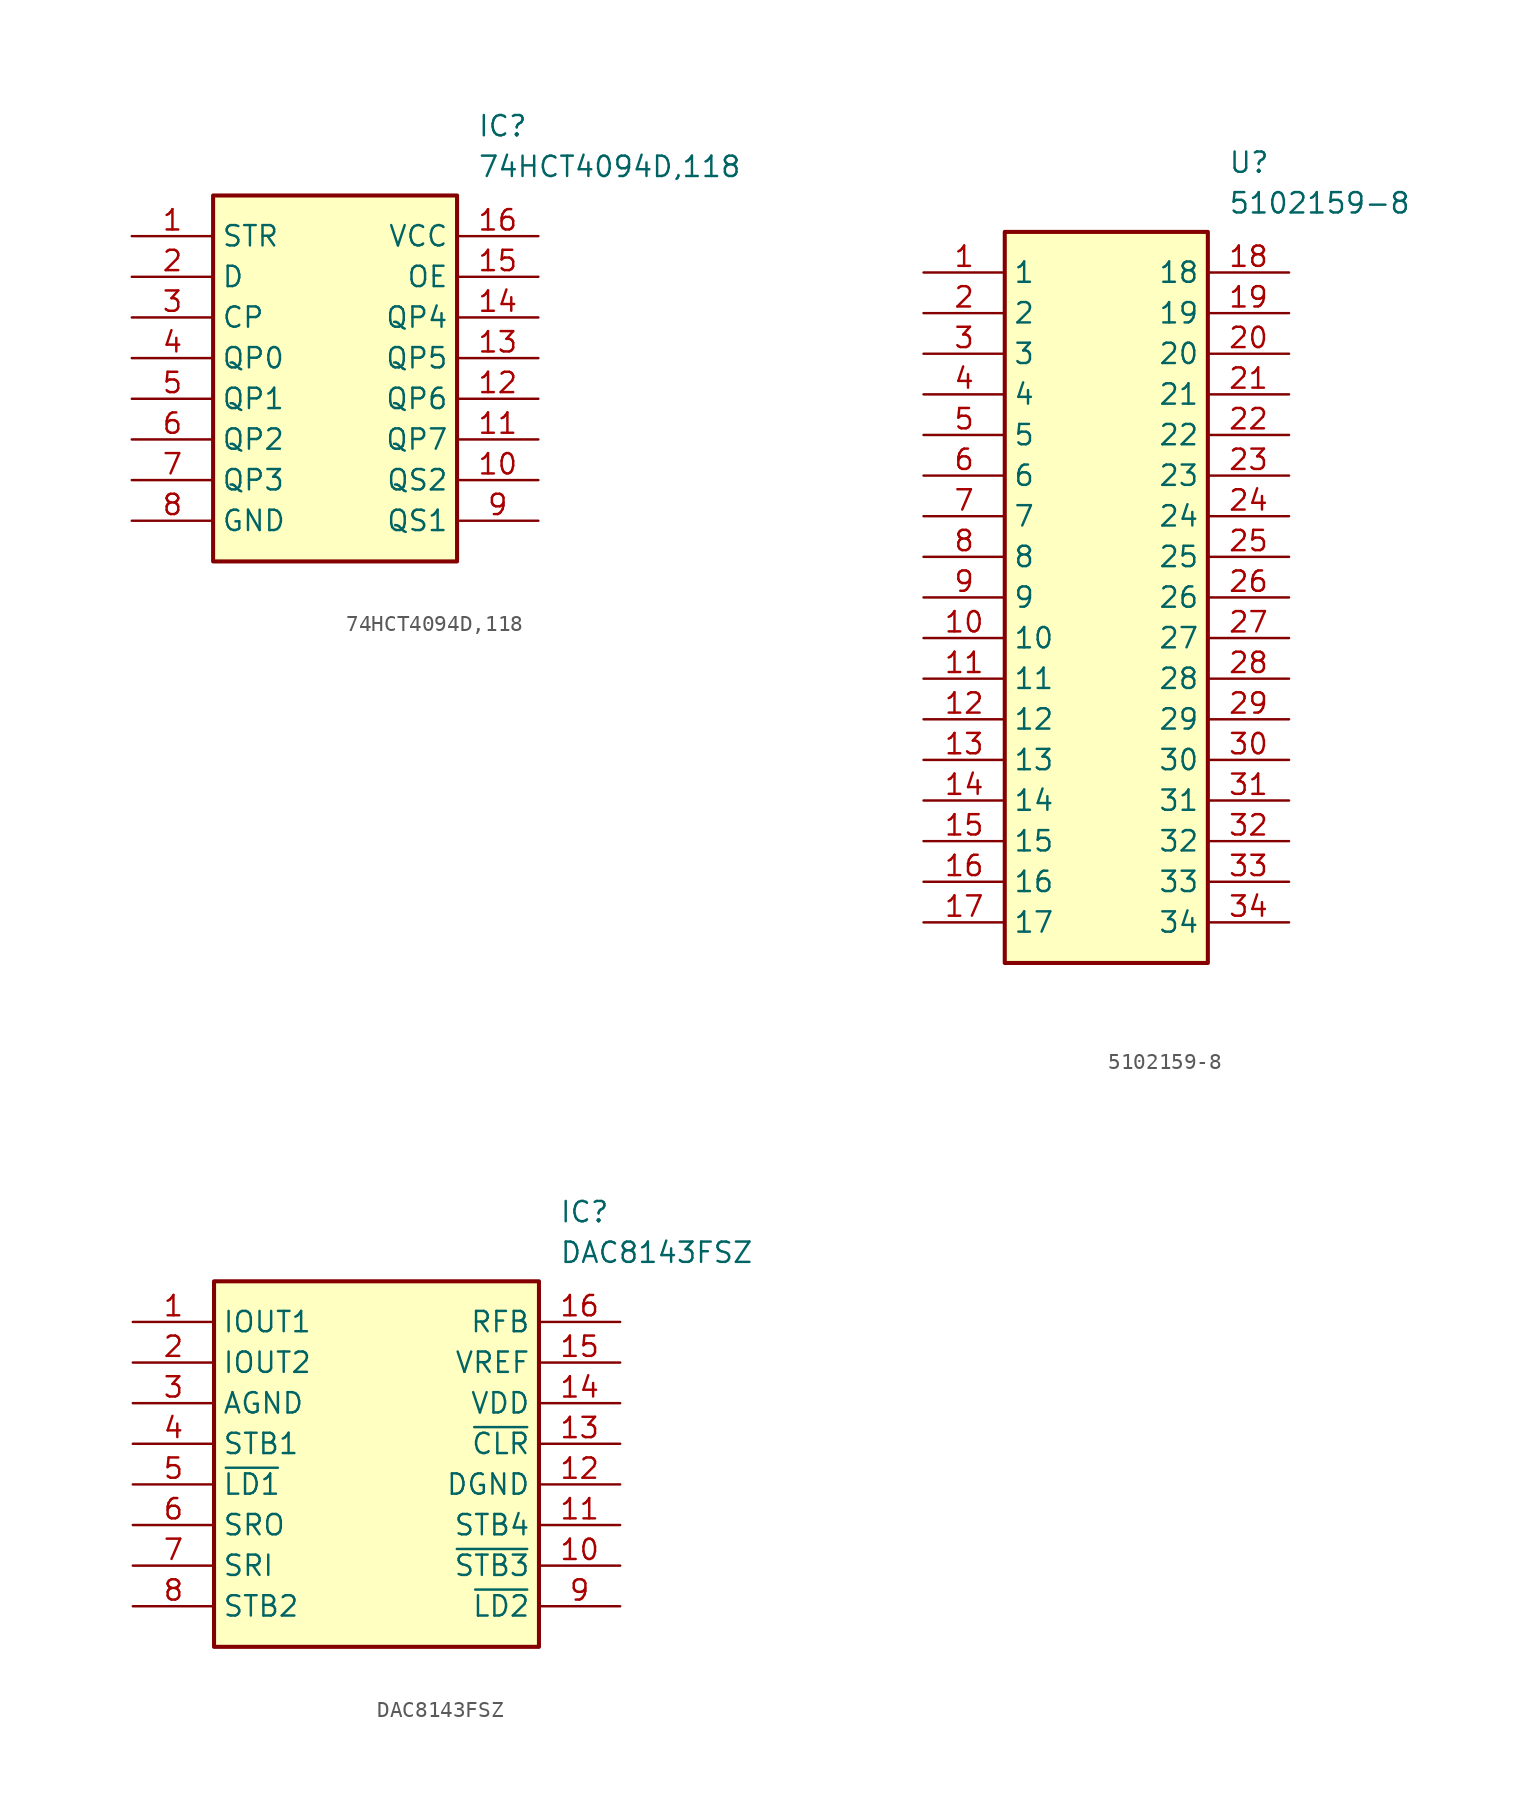
<source format=kicad_sym>
(kicad_symbol_lib
  (version 20241209)
  (generator "kicad_symbol_editor")
  (generator_version "9.0")
  (symbol "74HCT4094D,118"
    (property "Reference" "IC"
      (at 21.59 7.62 0)
      (effects (font (size 1.27 1.27)) (justify left top)))
    (property "Value" "74HCT4094D,118"
      (at 21.59 5.08 0)
      (effects (font (size 1.27 1.27)) (justify left top)))
    (symbol "74HCT4094D,118_1_1"
      (rectangle (start 5.08 2.54) (end 20.32 -20.32) (stroke (width 0.254) (type default)) (fill (type background)))
      (pin passive line (at 0 0 0) (length 5.08) (name "STR" (effects (font (size 1.27 1.27)))) (number "1" (effects (font (size 1.27 1.27)))))
      (pin passive line (at 0 -2.54 0) (length 5.08) (name "D" (effects (font (size 1.27 1.27)))) (number "2" (effects (font (size 1.27 1.27)))))
      (pin passive line (at 0 -5.08 0) (length 5.08) (name "CP" (effects (font (size 1.27 1.27)))) (number "3" (effects (font (size 1.27 1.27)))))
      (pin passive line (at 0 -7.62 0) (length 5.08) (name "QP0" (effects (font (size 1.27 1.27)))) (number "4" (effects (font (size 1.27 1.27)))))
      (pin passive line (at 0 -10.16 0) (length 5.08) (name "QP1" (effects (font (size 1.27 1.27)))) (number "5" (effects (font (size 1.27 1.27)))))
      (pin passive line (at 0 -12.7 0) (length 5.08) (name "QP2" (effects (font (size 1.27 1.27)))) (number "6" (effects (font (size 1.27 1.27)))))
      (pin passive line (at 0 -15.24 0) (length 5.08) (name "QP3" (effects (font (size 1.27 1.27)))) (number "7" (effects (font (size 1.27 1.27)))))
      (pin passive line (at 0 -17.78 0) (length 5.08) (name "GND" (effects (font (size 1.27 1.27)))) (number "8" (effects (font (size 1.27 1.27)))))
      (pin passive line (at 25.4 0 180) (length 5.08) (name "VCC" (effects (font (size 1.27 1.27)))) (number "16" (effects (font (size 1.27 1.27)))))
      (pin passive line (at 25.4 -2.54 180) (length 5.08) (name "OE" (effects (font (size 1.27 1.27)))) (number "15" (effects (font (size 1.27 1.27)))))
      (pin passive line (at 25.4 -5.08 180) (length 5.08) (name "QP4" (effects (font (size 1.27 1.27)))) (number "14" (effects (font (size 1.27 1.27)))))
      (pin passive line (at 25.4 -7.62 180) (length 5.08) (name "QP5" (effects (font (size 1.27 1.27)))) (number "13" (effects (font (size 1.27 1.27)))))
      (pin passive line (at 25.4 -10.16 180) (length 5.08) (name "QP6" (effects (font (size 1.27 1.27)))) (number "12" (effects (font (size 1.27 1.27)))))
      (pin passive line (at 25.4 -12.7 180) (length 5.08) (name "QP7" (effects (font (size 1.27 1.27)))) (number "11" (effects (font (size 1.27 1.27)))))
      (pin passive line (at 25.4 -15.24 180) (length 5.08) (name "QS2" (effects (font (size 1.27 1.27)))) (number "10" (effects (font (size 1.27 1.27)))))
      (pin passive line (at 25.4 -17.78 180) (length 5.08) (name "QS1" (effects (font (size 1.27 1.27)))) (number "9" (effects (font (size 1.27 1.27)))))))
  (symbol "5102159-8"
    (property "Reference" "U"
      (at 19.05 7.62 0)
      (effects (font (size 1.27 1.27)) (justify left top)))
    (property "Value" "5102159-8"
      (at 19.05 5.08 0)
      (effects (font (size 1.27 1.27)) (justify left top)))
    (symbol "5102159-8_1_1"
      (rectangle (start 5.08 2.54) (end 17.78 -43.18) (stroke (width 0.254) (type default)) (fill (type background)))
      (pin passive line (at 0 0 0) (length 5.08) (name "1" (effects (font (size 1.27 1.27)))) (number "1" (effects (font (size 1.27 1.27)))))
      (pin passive line (at 0 -2.54 0) (length 5.08) (name "2" (effects (font (size 1.27 1.27)))) (number "2" (effects (font (size 1.27 1.27)))))
      (pin passive line (at 0 -5.08 0) (length 5.08) (name "3" (effects (font (size 1.27 1.27)))) (number "3" (effects (font (size 1.27 1.27)))))
      (pin passive line (at 0 -7.62 0) (length 5.08) (name "4" (effects (font (size 1.27 1.27)))) (number "4" (effects (font (size 1.27 1.27)))))
      (pin passive line (at 0 -10.16 0) (length 5.08) (name "5" (effects (font (size 1.27 1.27)))) (number "5" (effects (font (size 1.27 1.27)))))
      (pin passive line (at 0 -12.7 0) (length 5.08) (name "6" (effects (font (size 1.27 1.27)))) (number "6" (effects (font (size 1.27 1.27)))))
      (pin passive line (at 0 -15.24 0) (length 5.08) (name "7" (effects (font (size 1.27 1.27)))) (number "7" (effects (font (size 1.27 1.27)))))
      (pin passive line (at 0 -17.78 0) (length 5.08) (name "8" (effects (font (size 1.27 1.27)))) (number "8" (effects (font (size 1.27 1.27)))))
      (pin passive line (at 0 -20.32 0) (length 5.08) (name "9" (effects (font (size 1.27 1.27)))) (number "9" (effects (font (size 1.27 1.27)))))
      (pin passive line (at 0 -22.86 0) (length 5.08) (name "10" (effects (font (size 1.27 1.27)))) (number "10" (effects (font (size 1.27 1.27)))))
      (pin passive line (at 0 -25.4 0) (length 5.08) (name "11" (effects (font (size 1.27 1.27)))) (number "11" (effects (font (size 1.27 1.27)))))
      (pin passive line (at 0 -27.94 0) (length 5.08) (name "12" (effects (font (size 1.27 1.27)))) (number "12" (effects (font (size 1.27 1.27)))))
      (pin passive line (at 0 -30.48 0) (length 5.08) (name "13" (effects (font (size 1.27 1.27)))) (number "13" (effects (font (size 1.27 1.27)))))
      (pin passive line (at 0 -33.02 0) (length 5.08) (name "14" (effects (font (size 1.27 1.27)))) (number "14" (effects (font (size 1.27 1.27)))))
      (pin passive line (at 0 -35.56 0) (length 5.08) (name "15" (effects (font (size 1.27 1.27)))) (number "15" (effects (font (size 1.27 1.27)))))
      (pin passive line (at 0 -38.1 0) (length 5.08) (name "16" (effects (font (size 1.27 1.27)))) (number "16" (effects (font (size 1.27 1.27)))))
      (pin passive line (at 0 -40.64 0) (length 5.08) (name "17" (effects (font (size 1.27 1.27)))) (number "17" (effects (font (size 1.27 1.27)))))
      (pin passive line (at 22.86 0 180) (length 5.08) (name "18" (effects (font (size 1.27 1.27)))) (number "18" (effects (font (size 1.27 1.27)))))
      (pin passive line (at 22.86 -2.54 180) (length 5.08) (name "19" (effects (font (size 1.27 1.27)))) (number "19" (effects (font (size 1.27 1.27)))))
      (pin passive line (at 22.86 -5.08 180) (length 5.08) (name "20" (effects (font (size 1.27 1.27)))) (number "20" (effects (font (size 1.27 1.27)))))
      (pin passive line (at 22.86 -7.62 180) (length 5.08) (name "21" (effects (font (size 1.27 1.27)))) (number "21" (effects (font (size 1.27 1.27)))))
      (pin passive line (at 22.86 -10.16 180) (length 5.08) (name "22" (effects (font (size 1.27 1.27)))) (number "22" (effects (font (size 1.27 1.27)))))
      (pin passive line (at 22.86 -12.7 180) (length 5.08) (name "23" (effects (font (size 1.27 1.27)))) (number "23" (effects (font (size 1.27 1.27)))))
      (pin passive line (at 22.86 -15.24 180) (length 5.08) (name "24" (effects (font (size 1.27 1.27)))) (number "24" (effects (font (size 1.27 1.27)))))
      (pin passive line (at 22.86 -17.78 180) (length 5.08) (name "25" (effects (font (size 1.27 1.27)))) (number "25" (effects (font (size 1.27 1.27)))))
      (pin passive line (at 22.86 -20.32 180) (length 5.08) (name "26" (effects (font (size 1.27 1.27)))) (number "26" (effects (font (size 1.27 1.27)))))
      (pin passive line (at 22.86 -22.86 180) (length 5.08) (name "27" (effects (font (size 1.27 1.27)))) (number "27" (effects (font (size 1.27 1.27)))))
      (pin passive line (at 22.86 -25.4 180) (length 5.08) (name "28" (effects (font (size 1.27 1.27)))) (number "28" (effects (font (size 1.27 1.27)))))
      (pin passive line (at 22.86 -27.94 180) (length 5.08) (name "29" (effects (font (size 1.27 1.27)))) (number "29" (effects (font (size 1.27 1.27)))))
      (pin passive line (at 22.86 -30.48 180) (length 5.08) (name "30" (effects (font (size 1.27 1.27)))) (number "30" (effects (font (size 1.27 1.27)))))
      (pin passive line (at 22.86 -33.02 180) (length 5.08) (name "31" (effects (font (size 1.27 1.27)))) (number "31" (effects (font (size 1.27 1.27)))))
      (pin passive line (at 22.86 -35.56 180) (length 5.08) (name "32" (effects (font (size 1.27 1.27)))) (number "32" (effects (font (size 1.27 1.27)))))
      (pin passive line (at 22.86 -38.1 180) (length 5.08) (name "33" (effects (font (size 1.27 1.27)))) (number "33" (effects (font (size 1.27 1.27)))))
      (pin passive line (at 22.86 -40.64 180) (length 5.08) (name "34" (effects (font (size 1.27 1.27)))) (number "34" (effects (font (size 1.27 1.27)))))))
  (symbol "DAC8143FSZ"
    (property "Reference" "IC"
      (at 26.67 7.62 0)
      (effects (font (size 1.27 1.27)) (justify left top)))
    (property "Value" "DAC8143FSZ"
      (at 26.67 5.08 0)
      (effects (font (size 1.27 1.27)) (justify left top)))
    (symbol "DAC8143FSZ_1_1"
      (rectangle (start 5.08 2.54) (end 25.4 -20.32) (stroke (width 0.254) (type default)) (fill (type background)))
      (pin passive line (at 0 0 0) (length 5.08) (name "IOUT1" (effects (font (size 1.27 1.27)))) (number "1" (effects (font (size 1.27 1.27)))))
      (pin passive line (at 0 -2.54 0) (length 5.08) (name "IOUT2" (effects (font (size 1.27 1.27)))) (number "2" (effects (font (size 1.27 1.27)))))
      (pin passive line (at 0 -5.08 0) (length 5.08) (name "AGND" (effects (font (size 1.27 1.27)))) (number "3" (effects (font (size 1.27 1.27)))))
      (pin passive line (at 0 -7.62 0) (length 5.08) (name "STB1" (effects (font (size 1.27 1.27)))) (number "4" (effects (font (size 1.27 1.27)))))
      (pin passive line (at 0 -10.16 0) (length 5.08) (name "~{LD1}" (effects (font (size 1.27 1.27)))) (number "5" (effects (font (size 1.27 1.27)))))
      (pin passive line (at 0 -12.7 0) (length 5.08) (name "SRO" (effects (font (size 1.27 1.27)))) (number "6" (effects (font (size 1.27 1.27)))))
      (pin passive line (at 0 -15.24 0) (length 5.08) (name "SRI" (effects (font (size 1.27 1.27)))) (number "7" (effects (font (size 1.27 1.27)))))
      (pin passive line (at 0 -17.78 0) (length 5.08) (name "STB2" (effects (font (size 1.27 1.27)))) (number "8" (effects (font (size 1.27 1.27)))))
      (pin passive line (at 30.48 0 180) (length 5.08) (name "RFB" (effects (font (size 1.27 1.27)))) (number "16" (effects (font (size 1.27 1.27)))))
      (pin passive line (at 30.48 -2.54 180) (length 5.08) (name "VREF" (effects (font (size 1.27 1.27)))) (number "15" (effects (font (size 1.27 1.27)))))
      (pin passive line (at 30.48 -5.08 180) (length 5.08) (name "VDD" (effects (font (size 1.27 1.27)))) (number "14" (effects (font (size 1.27 1.27)))))
      (pin passive line (at 30.48 -7.62 180) (length 5.08) (name "~{CLR}" (effects (font (size 1.27 1.27)))) (number "13" (effects (font (size 1.27 1.27)))))
      (pin passive line (at 30.48 -10.16 180) (length 5.08) (name "DGND" (effects (font (size 1.27 1.27)))) (number "12" (effects (font (size 1.27 1.27)))))
      (pin passive line (at 30.48 -12.7 180) (length 5.08) (name "STB4" (effects (font (size 1.27 1.27)))) (number "11" (effects (font (size 1.27 1.27)))))
      (pin passive line (at 30.48 -15.24 180) (length 5.08) (name "~{STB3}" (effects (font (size 1.27 1.27)))) (number "10" (effects (font (size 1.27 1.27)))))
      (pin passive line (at 30.48 -17.78 180) (length 5.08) (name "~{LD2}" (effects (font (size 1.27 1.27)))) (number "9" (effects (font (size 1.27 1.27))))))))
</source>
